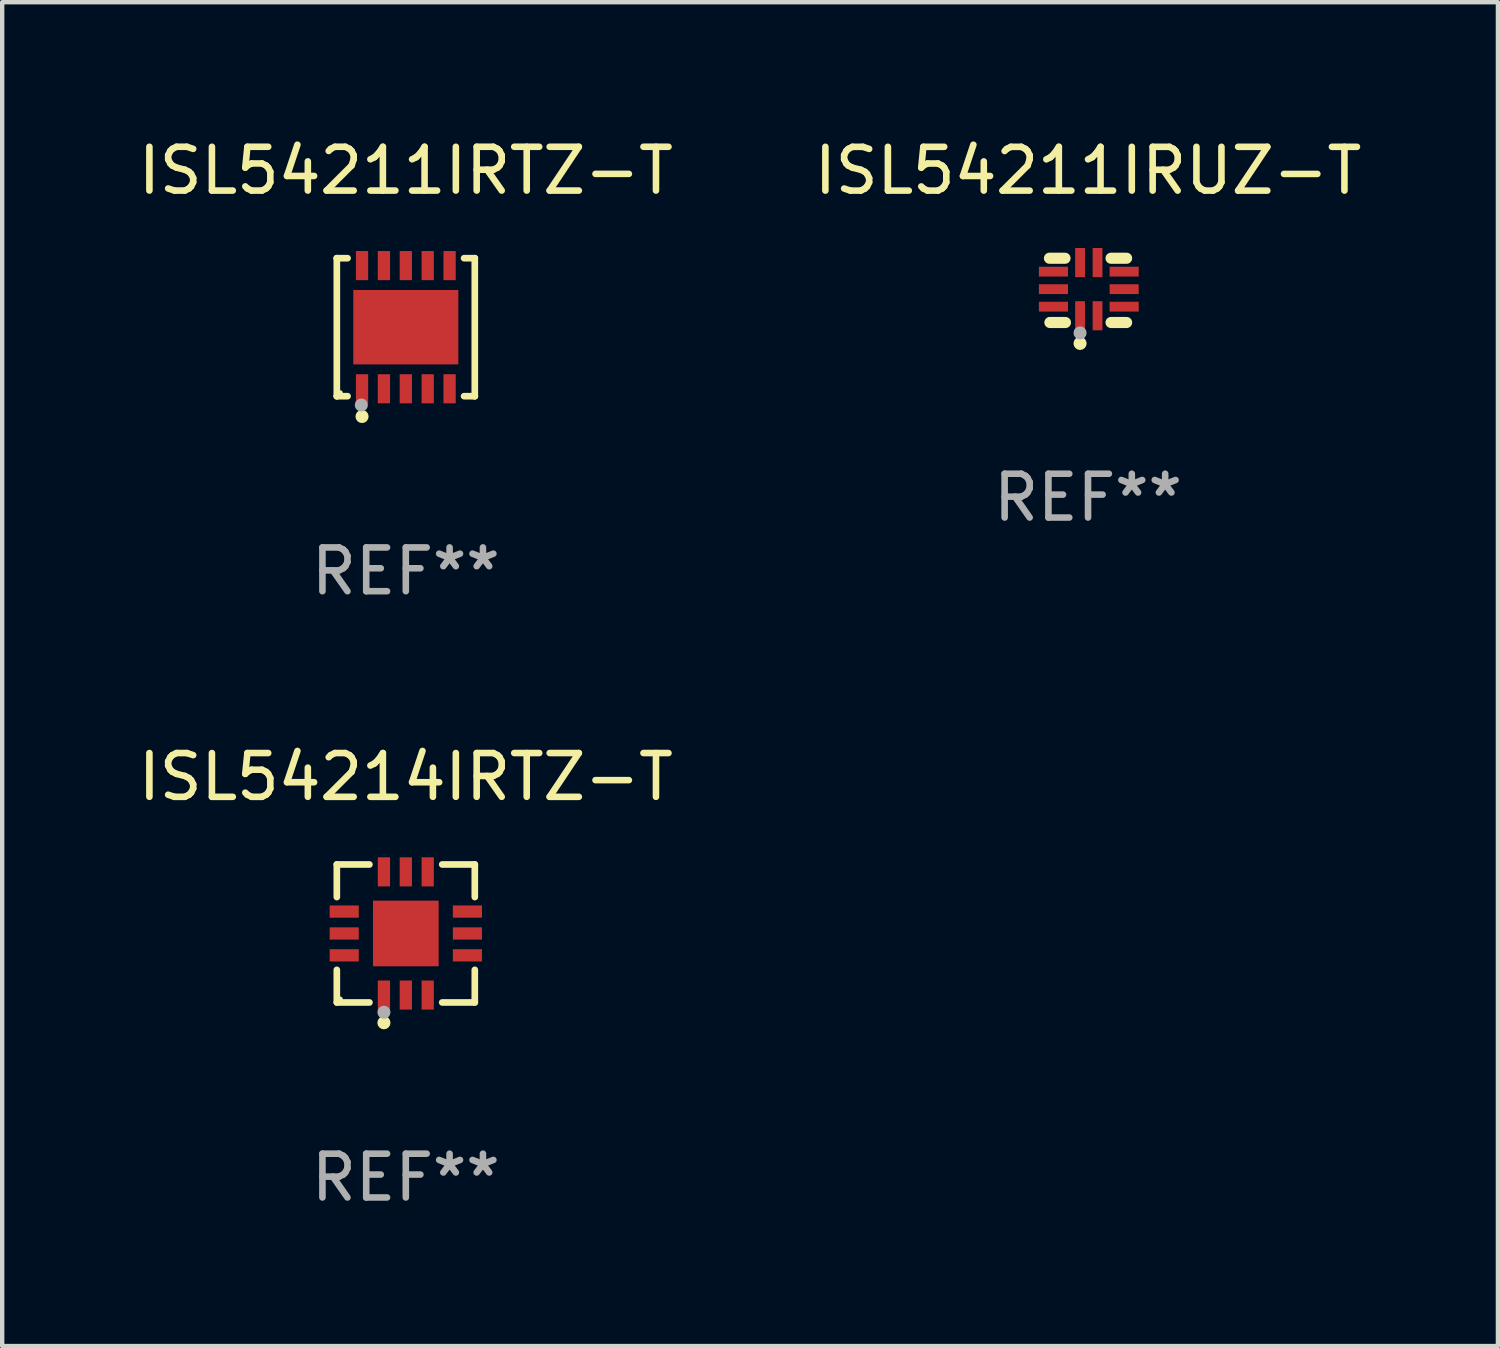
<source format=kicad_pcb>
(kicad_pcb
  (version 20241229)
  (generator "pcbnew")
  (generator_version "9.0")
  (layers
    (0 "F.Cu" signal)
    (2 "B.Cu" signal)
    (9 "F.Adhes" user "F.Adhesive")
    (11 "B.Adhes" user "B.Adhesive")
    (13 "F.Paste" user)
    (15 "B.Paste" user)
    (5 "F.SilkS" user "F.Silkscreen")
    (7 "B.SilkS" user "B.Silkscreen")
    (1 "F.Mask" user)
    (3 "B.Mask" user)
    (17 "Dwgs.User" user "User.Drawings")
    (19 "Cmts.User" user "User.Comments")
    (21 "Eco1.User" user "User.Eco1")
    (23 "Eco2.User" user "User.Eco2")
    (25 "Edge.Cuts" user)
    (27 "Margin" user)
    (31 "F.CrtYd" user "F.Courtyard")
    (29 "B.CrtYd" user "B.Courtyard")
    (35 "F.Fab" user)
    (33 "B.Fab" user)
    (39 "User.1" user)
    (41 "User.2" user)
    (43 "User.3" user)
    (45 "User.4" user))
  (footprint "ISL54214IRTZ-T"
    (layer "F.Cu")
    (at 6.22 18.273)
    (property "Reference" "ISL54214IRTZ-T" (at 0 -3.576 0) (layer "F.SilkS") (effects (font (size 1 1) (thickness 0.15))))
    (attr through_hole)
    (fp_line (start -1.576 -1.576) (end -0.831 -1.576) (stroke (width 0.152) (type solid)) (layer "F.SilkS"))
    (fp_line (start -1.576 -0.831) (end -1.576 -1.576) (stroke (width 0.152) (type solid)) (layer "F.SilkS"))
    (fp_line (start -1.576 0.831) (end -1.576 1.576) (stroke (width 0.152) (type solid)) (layer "F.SilkS"))
    (fp_line (start -1.576 1.576) (end -0.831 1.576) (stroke (width 0.152) (type solid)) (layer "F.SilkS"))
    (fp_line (start 1.576 -1.576) (end 0.831 -1.576) (stroke (width 0.152) (type solid)) (layer "F.SilkS"))
    (fp_line (start 1.576 -0.831) (end 1.576 -1.576) (stroke (width 0.152) (type solid)) (layer "F.SilkS"))
    (fp_line (start 1.576 0.831) (end 1.576 1.576) (stroke (width 0.152) (type solid)) (layer "F.SilkS"))
    (fp_line (start 1.576 1.576) (end 0.831 1.576) (stroke (width 0.152) (type solid)) (layer "F.SilkS"))
    (fp_circle (center -1.5 1.5) (end -1.47 1.5) (stroke (width 0.06) (type solid)) (fill no) (layer "F.SilkS"))
    (fp_circle (center -0.5 2.04) (end -0.425 2.04) (stroke (width 0.15) (type solid)) (fill no) (layer "F.SilkS"))
    (fp_circle (center -0.5 1.8) (end -0.425 1.8) (stroke (width 0.15) (type solid)) (fill no) (layer "F.Fab"))
    (fp_text user "REF**" (at 0 5.576 0) (layer "F.Fab") (effects (font (size 1 1) (thickness 0.15))))
    (pad "1" smd rect (at -0.5 1.407) (size 0.28 0.665) (layers "F.Cu" "F.Mask" "F.Paste"))
    (pad "2" smd rect (at 0 1.407) (size 0.28 0.665) (layers "F.Cu" "F.Mask" "F.Paste"))
    (pad "3" smd rect (at 0.5 1.407) (size 0.28 0.665) (layers "F.Cu" "F.Mask" "F.Paste"))
    (pad "4" smd rect (at 1.407 0.5) (size 0.665 0.28) (layers "F.Cu" "F.Mask" "F.Paste"))
    (pad "5" smd rect (at 1.407 0) (size 0.665 0.28) (layers "F.Cu" "F.Mask" "F.Paste"))
    (pad "6" smd rect (at 1.407 -0.5) (size 0.665 0.28) (layers "F.Cu" "F.Mask" "F.Paste"))
    (pad "7" smd rect (at 0.5 -1.407) (size 0.28 0.665) (layers "F.Cu" "F.Mask" "F.Paste"))
    (pad "8" smd rect (at 0 -1.407) (size 0.28 0.665) (layers "F.Cu" "F.Mask" "F.Paste"))
    (pad "9" smd rect (at -0.5 -1.407) (size 0.28 0.665) (layers "F.Cu" "F.Mask" "F.Paste"))
    (pad "10" smd rect (at -1.407 -0.5) (size 0.665 0.28) (layers "F.Cu" "F.Mask" "F.Paste"))
    (pad "11" smd rect (at -1.407 0) (size 0.665 0.28) (layers "F.Cu" "F.Mask" "F.Paste"))
    (pad "12" smd rect (at -1.407 0.5) (size 0.665 0.28) (layers "F.Cu" "F.Mask" "F.Paste"))
    (pad "13" smd rect (at 0 0) (size 1.5 1.5) (layers "F.Cu" "F.Mask" "F.Paste")))
  (footprint "ISL54211IRUZ-T"
    (layer "F.Cu")
    (at 21.804 3.583)
    (property "Reference" "ISL54211IRUZ-T" (at 0 -2.734 0) (layer "F.SilkS") (effects (font (size 1 1) (thickness 0.15))))
    (attr through_hole)
    (fp_line (start -0.881 -0.734) (end -0.526 -0.734) (stroke (width 0.254) (type solid)) (layer "F.SilkS"))
    (fp_line (start -0.871 0.734) (end -0.516 0.734) (stroke (width 0.254) (type solid)) (layer "F.SilkS"))
    (fp_line (start 0.526 -0.734) (end 0.881 -0.734) (stroke (width 0.254) (type solid)) (layer "F.SilkS"))
    (fp_line (start 0.526 0.734) (end 0.881 0.734) (stroke (width 0.254) (type solid)) (layer "F.SilkS"))
    (fp_circle (center -0.882 0.672) (end -0.852 0.672) (stroke (width 0.06) (type solid)) (fill no) (layer "F.SilkS"))
    (fp_circle (center -0.182 1.212) (end -0.107 1.212) (stroke (width 0.15) (type solid)) (fill no) (layer "F.SilkS"))
    (fp_circle (center -0.182 0.972) (end -0.107 0.972) (stroke (width 0.15) (type solid)) (fill no) (layer "F.Fab"))
    (fp_text user "REF**" (at 0 4.734 0) (layer "F.Fab") (effects (font (size 1 1) (thickness 0.15))))
    (pad "1" smd rect (at -0.182 0.58) (size 0.224 0.665) (layers "F.Cu" "F.Mask" "F.Paste"))
    (pad "2" smd rect (at 0.217 0.58) (size 0.224 0.665) (layers "F.Cu" "F.Mask" "F.Paste"))
    (pad "3" smd rect (at 0.825 0.372) (size 0.665 0.224) (layers "F.Cu" "F.Mask" "F.Paste"))
    (pad "4" smd rect (at 0.825 -0.028) (size 0.665 0.224) (layers "F.Cu" "F.Mask" "F.Paste"))
    (pad "5" smd rect (at 0.825 -0.428) (size 0.665 0.224) (layers "F.Cu" "F.Mask" "F.Paste"))
    (pad "6" smd rect (at 0.217 -0.635) (size 0.224 0.665) (layers "F.Cu" "F.Mask" "F.Paste"))
    (pad "7" smd rect (at -0.182 -0.635) (size 0.224 0.665) (layers "F.Cu" "F.Mask" "F.Paste"))
    (pad "8" smd rect (at -0.79 -0.428) (size 0.665 0.224) (layers "F.Cu" "F.Mask" "F.Paste"))
    (pad "9" smd rect (at -0.79 -0.028) (size 0.665 0.224) (layers "F.Cu" "F.Mask" "F.Paste"))
    (pad "10" smd rect (at -0.79 0.372) (size 0.665 0.224) (layers "F.Cu" "F.Mask" "F.Paste")))
  (footprint "ISL54211IRTZ-T"
    (layer "F.Cu")
    (at 6.22 4.424)
    (property "Reference" "ISL54211IRTZ-T" (at 0 -3.576 0) (layer "F.SilkS") (effects (font (size 1 1) (thickness 0.15))))
    (attr through_hole)
    (fp_line (start -1.576 -1.576) (end -1.576 -1.576) (stroke (width 0.152) (type solid)) (layer "F.SilkS"))
    (fp_line (start -1.576 -1.576) (end -1.331 -1.576) (stroke (width 0.152) (type solid)) (layer "F.SilkS"))
    (fp_line (start -1.576 1.576) (end -1.576 -1.576) (stroke (width 0.152) (type solid)) (layer "F.SilkS"))
    (fp_line (start -1.576 1.576) (end -1.576 1.576) (stroke (width 0.152) (type solid)) (layer "F.SilkS"))
    (fp_line (start -1.331 1.576) (end -1.576 1.576) (stroke (width 0.152) (type solid)) (layer "F.SilkS"))
    (fp_line (start 1.331 1.576) (end 1.576 1.576) (stroke (width 0.152) (type solid)) (layer "F.SilkS"))
    (fp_line (start 1.576 -1.576) (end 1.331 -1.576) (stroke (width 0.152) (type solid)) (layer "F.SilkS"))
    (fp_line (start 1.576 -1.576) (end 1.576 -1.576) (stroke (width 0.152) (type solid)) (layer "F.SilkS"))
    (fp_line (start 1.576 1.576) (end 1.576 -1.576) (stroke (width 0.152) (type solid)) (layer "F.SilkS"))
    (fp_line (start 1.576 1.576) (end 1.576 1.576) (stroke (width 0.152) (type solid)) (layer "F.SilkS"))
    (fp_circle (center -1.5 1.5) (end -1.47 1.5) (stroke (width 0.06) (type solid)) (fill no) (layer "F.SilkS"))
    (fp_circle (center -1 2.04) (end -0.925 2.04) (stroke (width 0.15) (type solid)) (fill no) (layer "F.SilkS"))
    (fp_circle (center -1.016 1.778) (end -0.941 1.778) (stroke (width 0.15) (type solid)) (fill no) (layer "F.Fab"))
    (fp_text user "REF**" (at 0 5.576 0) (layer "F.Fab") (effects (font (size 1 1) (thickness 0.15))))
    (pad "1" smd rect (at -1 1.407) (size 0.28 0.665) (layers "F.Cu" "F.Mask" "F.Paste"))
    (pad "2" smd rect (at -0.5 1.407) (size 0.28 0.665) (layers "F.Cu" "F.Mask" "F.Paste"))
    (pad "3" smd rect (at 0 1.407) (size 0.28 0.665) (layers "F.Cu" "F.Mask" "F.Paste"))
    (pad "4" smd rect (at 0.5 1.407) (size 0.28 0.665) (layers "F.Cu" "F.Mask" "F.Paste"))
    (pad "5" smd rect (at 1 1.407) (size 0.28 0.665) (layers "F.Cu" "F.Mask" "F.Paste"))
    (pad "6" smd rect (at 1 -1.407) (size 0.28 0.665) (layers "F.Cu" "F.Mask" "F.Paste"))
    (pad "7" smd rect (at 0.5 -1.407) (size 0.28 0.665) (layers "F.Cu" "F.Mask" "F.Paste"))
    (pad "8" smd rect (at 0 -1.407) (size 0.28 0.665) (layers "F.Cu" "F.Mask" "F.Paste"))
    (pad "9" smd rect (at -0.5 -1.407) (size 0.28 0.665) (layers "F.Cu" "F.Mask" "F.Paste"))
    (pad "10" smd rect (at -1 -1.407) (size 0.28 0.665) (layers "F.Cu" "F.Mask" "F.Paste"))
    (pad "11" smd rect (at 0 0) (size 2.4 1.7) (layers "F.Cu" "F.Mask" "F.Paste")))
  (gr_rect
    (start -3 -3)
    (end 31.167 27.698)
    (stroke (width 0.1) (type default))
    (fill no)
    (layer "Edge.Cuts")))
</source>
